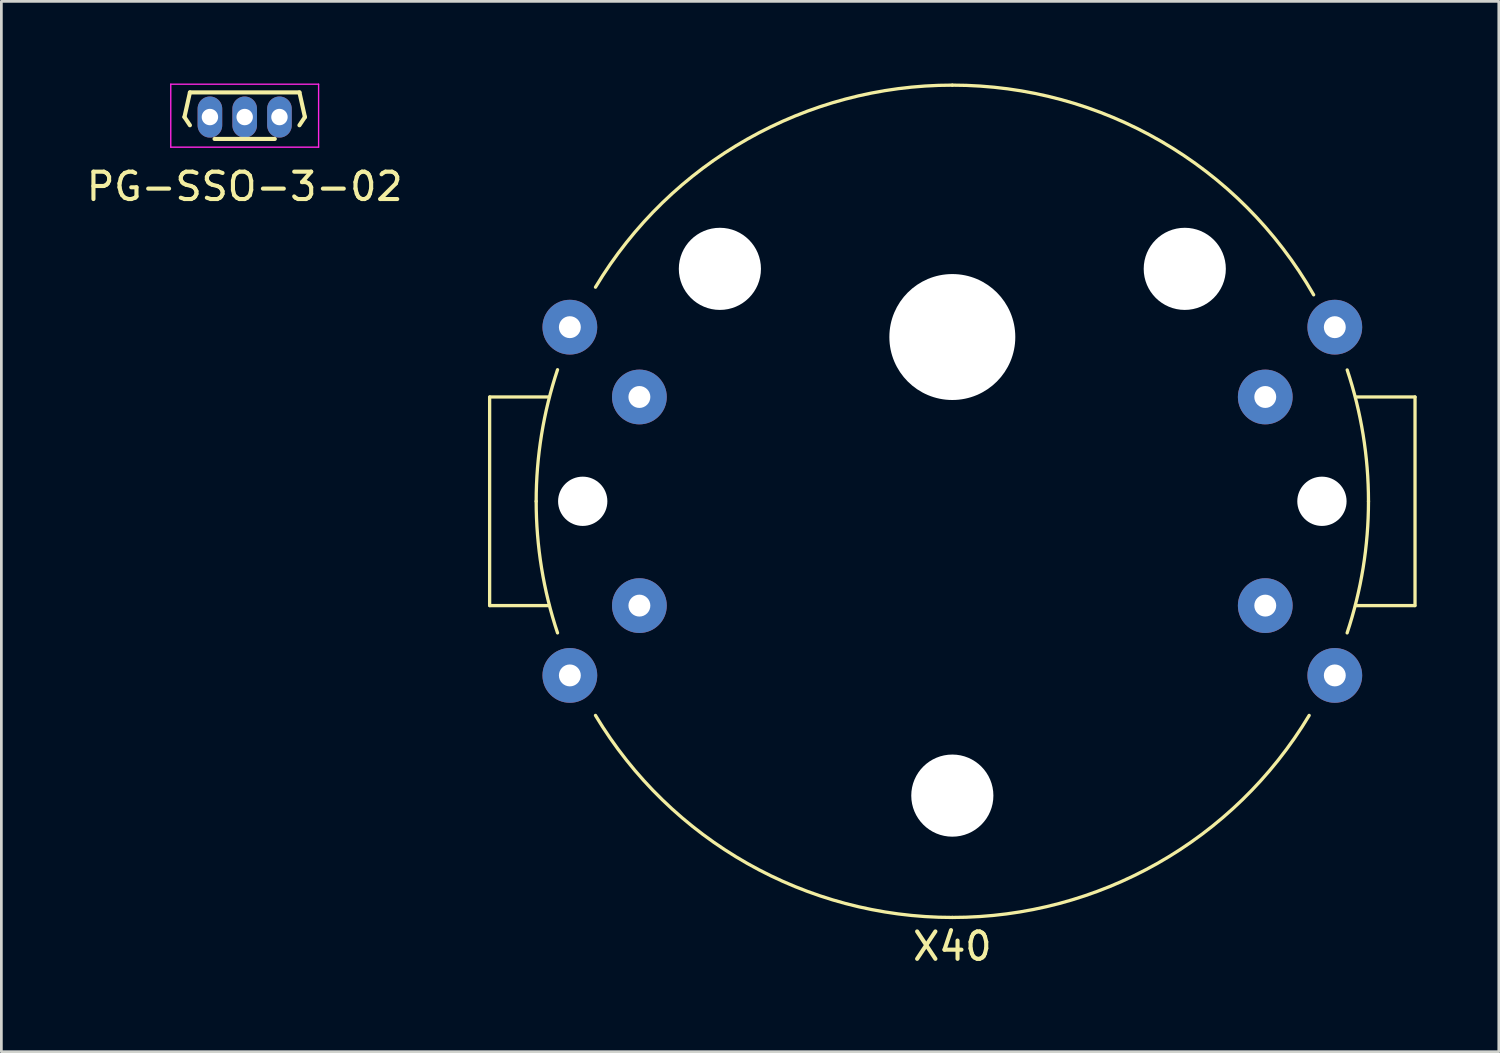
<source format=kicad_pcb>
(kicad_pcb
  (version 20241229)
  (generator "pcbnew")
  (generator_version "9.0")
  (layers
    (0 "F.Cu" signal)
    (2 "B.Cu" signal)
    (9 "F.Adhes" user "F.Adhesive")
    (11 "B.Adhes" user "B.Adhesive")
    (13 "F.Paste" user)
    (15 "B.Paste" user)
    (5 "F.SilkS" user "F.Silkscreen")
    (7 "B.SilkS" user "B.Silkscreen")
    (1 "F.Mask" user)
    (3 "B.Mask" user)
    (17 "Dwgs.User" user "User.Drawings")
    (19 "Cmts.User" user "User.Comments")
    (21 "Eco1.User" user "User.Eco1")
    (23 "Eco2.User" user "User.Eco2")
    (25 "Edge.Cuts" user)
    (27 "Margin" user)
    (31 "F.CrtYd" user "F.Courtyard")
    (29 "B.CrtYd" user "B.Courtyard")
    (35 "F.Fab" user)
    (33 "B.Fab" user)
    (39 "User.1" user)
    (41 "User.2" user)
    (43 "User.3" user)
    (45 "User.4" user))
  (footprint "X40"
    (layer "F.Cu")
    (at 31.734 15.26)
    (property "Reference" "X40" (at 0 16.256 0) (layer "F.SilkS") (effects (font (size 1 1) (thickness 0.15))))
    (attr through_hole)
    (fp_line (start -16.9 -3.81) (end -16.9 3.81) (stroke (width 0.12) (type solid)) (layer "F.SilkS"))
    (fp_line (start -16.891 -3.81) (end -14.732 -3.81) (stroke (width 0.12) (type solid)) (layer "F.SilkS"))
    (fp_line (start -16.891 3.81) (end -14.732 3.81) (stroke (width 0.12) (type solid)) (layer "F.SilkS"))
    (fp_line (start 16.891 3.81) (end 14.732 3.81) (stroke (width 0.12) (type solid)) (layer "F.SilkS"))
    (fp_line (start 16.9 -3.81) (end 14.732 -3.81) (stroke (width 0.12) (type solid)) (layer "F.SilkS"))
    (fp_line (start 16.9 -3.81) (end 16.9 3.81) (stroke (width 0.12) (type solid)) (layer "F.SilkS"))
    (fp_arc (start -15.199999 0.000001) (mid -15.003728 -2.434769) (end -14.419985 -4.806661) (stroke (width 0.12) (type solid)) (layer "F.SilkS"))
    (fp_arc (start -14.419986 4.806662) (mid -15.003729 2.43477) (end -15.2 0) (stroke (width 0.12) (type solid)) (layer "F.SilkS"))
    (fp_arc (start -13.033892 -7.820335) (mid -7.489022 -13.227038) (end 0 -15.2) (stroke (width 0.12) (type solid)) (layer "F.SilkS"))
    (fp_arc (start 0 -15.199997) (mid 7.629287 -13.14663) (end 13.197294 -7.541309) (stroke (width 0.12) (type solid)) (layer "F.SilkS"))
    (fp_arc (start 0 15.199997) (mid -7.489021 13.227036) (end -13.03389 7.820333) (stroke (width 0.12) (type solid)) (layer "F.SilkS"))
    (fp_arc (start 13.033892 7.820335) (mid 7.489022 13.227038) (end 0 15.2) (stroke (width 0.12) (type solid)) (layer "F.SilkS"))
    (fp_arc (start 14.422915 -4.797865) (mid 15.004471 -2.430194) (end 15.2 0) (stroke (width 0.12) (type solid)) (layer "F.SilkS"))
    (fp_arc (start 15.199995 -0.000001) (mid 15.003725 2.434768) (end 14.419982 4.80666) (stroke (width 0.12) (type solid)) (layer "F.SilkS"))
    (pad "" np_thru_hole circle (at -13.5 0) (size 1.8 1.8) (drill 1.8) (layers "*.Cu" "*.Mask"))
    (pad "" np_thru_hole circle (at -8.49 -8.49) (size 3 3) (drill 3) (layers "*.Cu" "*.Mask"))
    (pad "" np_thru_hole circle (at 0 -6) (size 4.6 4.6) (drill 4.6) (layers "*.Cu" "*.Mask"))
    (pad "" np_thru_hole circle (at 0 10.75) (size 3 3) (drill 3) (layers "*.Cu" "*.Mask"))
    (pad "" np_thru_hole circle (at 8.49 -8.49) (size 3 3) (drill 3) (layers "*.Cu" "*.Mask"))
    (pad "" np_thru_hole circle (at 13.5 0) (size 1.8 1.8) (drill 1.8) (layers "*.Cu" "*.Mask"))
    (pad "1a" thru_hole circle (at 11.43 -3.81) (size 2 2) (drill 0.8) (layers "*.Cu" "*.Mask"))
    (pad "1b" thru_hole circle (at 13.97 -6.36) (size 2 2) (drill 0.8) (layers "*.Cu" "*.Mask"))
    (pad "2a" thru_hole circle (at 11.43 3.81) (size 2 2) (drill 0.8) (layers "*.Cu" "*.Mask"))
    (pad "2b" thru_hole circle (at 13.97 6.36) (size 2 2) (drill 0.8) (layers "*.Cu" "*.Mask"))
    (pad "3a" thru_hole circle (at -11.43 3.81) (size 2 2) (drill 0.8) (layers "*.Cu" "*.Mask"))
    (pad "3b" thru_hole circle (at -13.97 6.36) (size 2 2) (drill 0.8) (layers "*.Cu" "*.Mask"))
    (pad "4a" thru_hole circle (at -11.43 -3.81) (size 2 2) (drill 0.8) (layers "*.Cu" "*.Mask"))
    (pad "4b" thru_hole circle (at -13.97 -6.36) (size 2 2) (drill 0.8) (layers "*.Cu" "*.Mask")))
  (footprint "PG-SSO-3-02"
    (layer "F.Cu")
    (at 5.887 1.225)
    (property "Reference" "PG-SSO-3-02" (at 0 2.54 0) (layer "F.SilkS") (effects (font (size 1 1) (thickness 0.15))))
    (attr through_hole)
    (fp_line (start -2.2 0) (end -2 0.3) (stroke (width 0.15) (type solid)) (layer "F.SilkS"))
    (fp_line (start -2 -0.9) (end -2.2 0) (stroke (width 0.15) (type solid)) (layer "F.SilkS"))
    (fp_line (start -2 -0.9) (end 2 -0.9) (stroke (width 0.15) (type solid)) (layer "F.SilkS"))
    (fp_line (start -1.1 0.8) (end 1.1 0.8) (stroke (width 0.15) (type solid)) (layer "F.SilkS"))
    (fp_line (start 2 -0.9) (end 2.2 0) (stroke (width 0.15) (type solid)) (layer "F.SilkS"))
    (fp_line (start 2.2 0) (end 2 0.3) (stroke (width 0.15) (type solid)) (layer "F.SilkS"))
    (fp_line (start -2.7 -1.2) (end 2.7 -1.2) (stroke (width 0.05) (type solid)) (layer "F.CrtYd"))
    (fp_line (start -2.7 1.1) (end -2.7 -1.2) (stroke (width 0.05) (type solid)) (layer "F.CrtYd"))
    (fp_line (start -2.7 1.1) (end 2.7 1.1) (stroke (width 0.05) (type solid)) (layer "F.CrtYd"))
    (fp_line (start 2.7 1.1) (end 2.7 -1.2) (stroke (width 0.05) (type solid)) (layer "F.CrtYd"))
    (pad "1" thru_hole oval (at 1.27 0 180) (size 0.899 1.501) (drill 0.6) (layers "*.Cu" "*.Mask"))
    (pad "2" thru_hole oval (at 0 0 180) (size 0.899 1.501) (drill 0.6) (layers "*.Cu" "*.Mask"))
    (pad "3" thru_hole oval (at -1.27 0 180) (size 0.899 1.501) (drill 0.6) (layers "*.Cu" "*.Mask")))
  (gr_rect
    (start -3 -3)
    (end 51.694 35.364)
    (stroke (width 0.1) (type default))
    (fill no)
    (layer "Edge.Cuts")))
</source>
